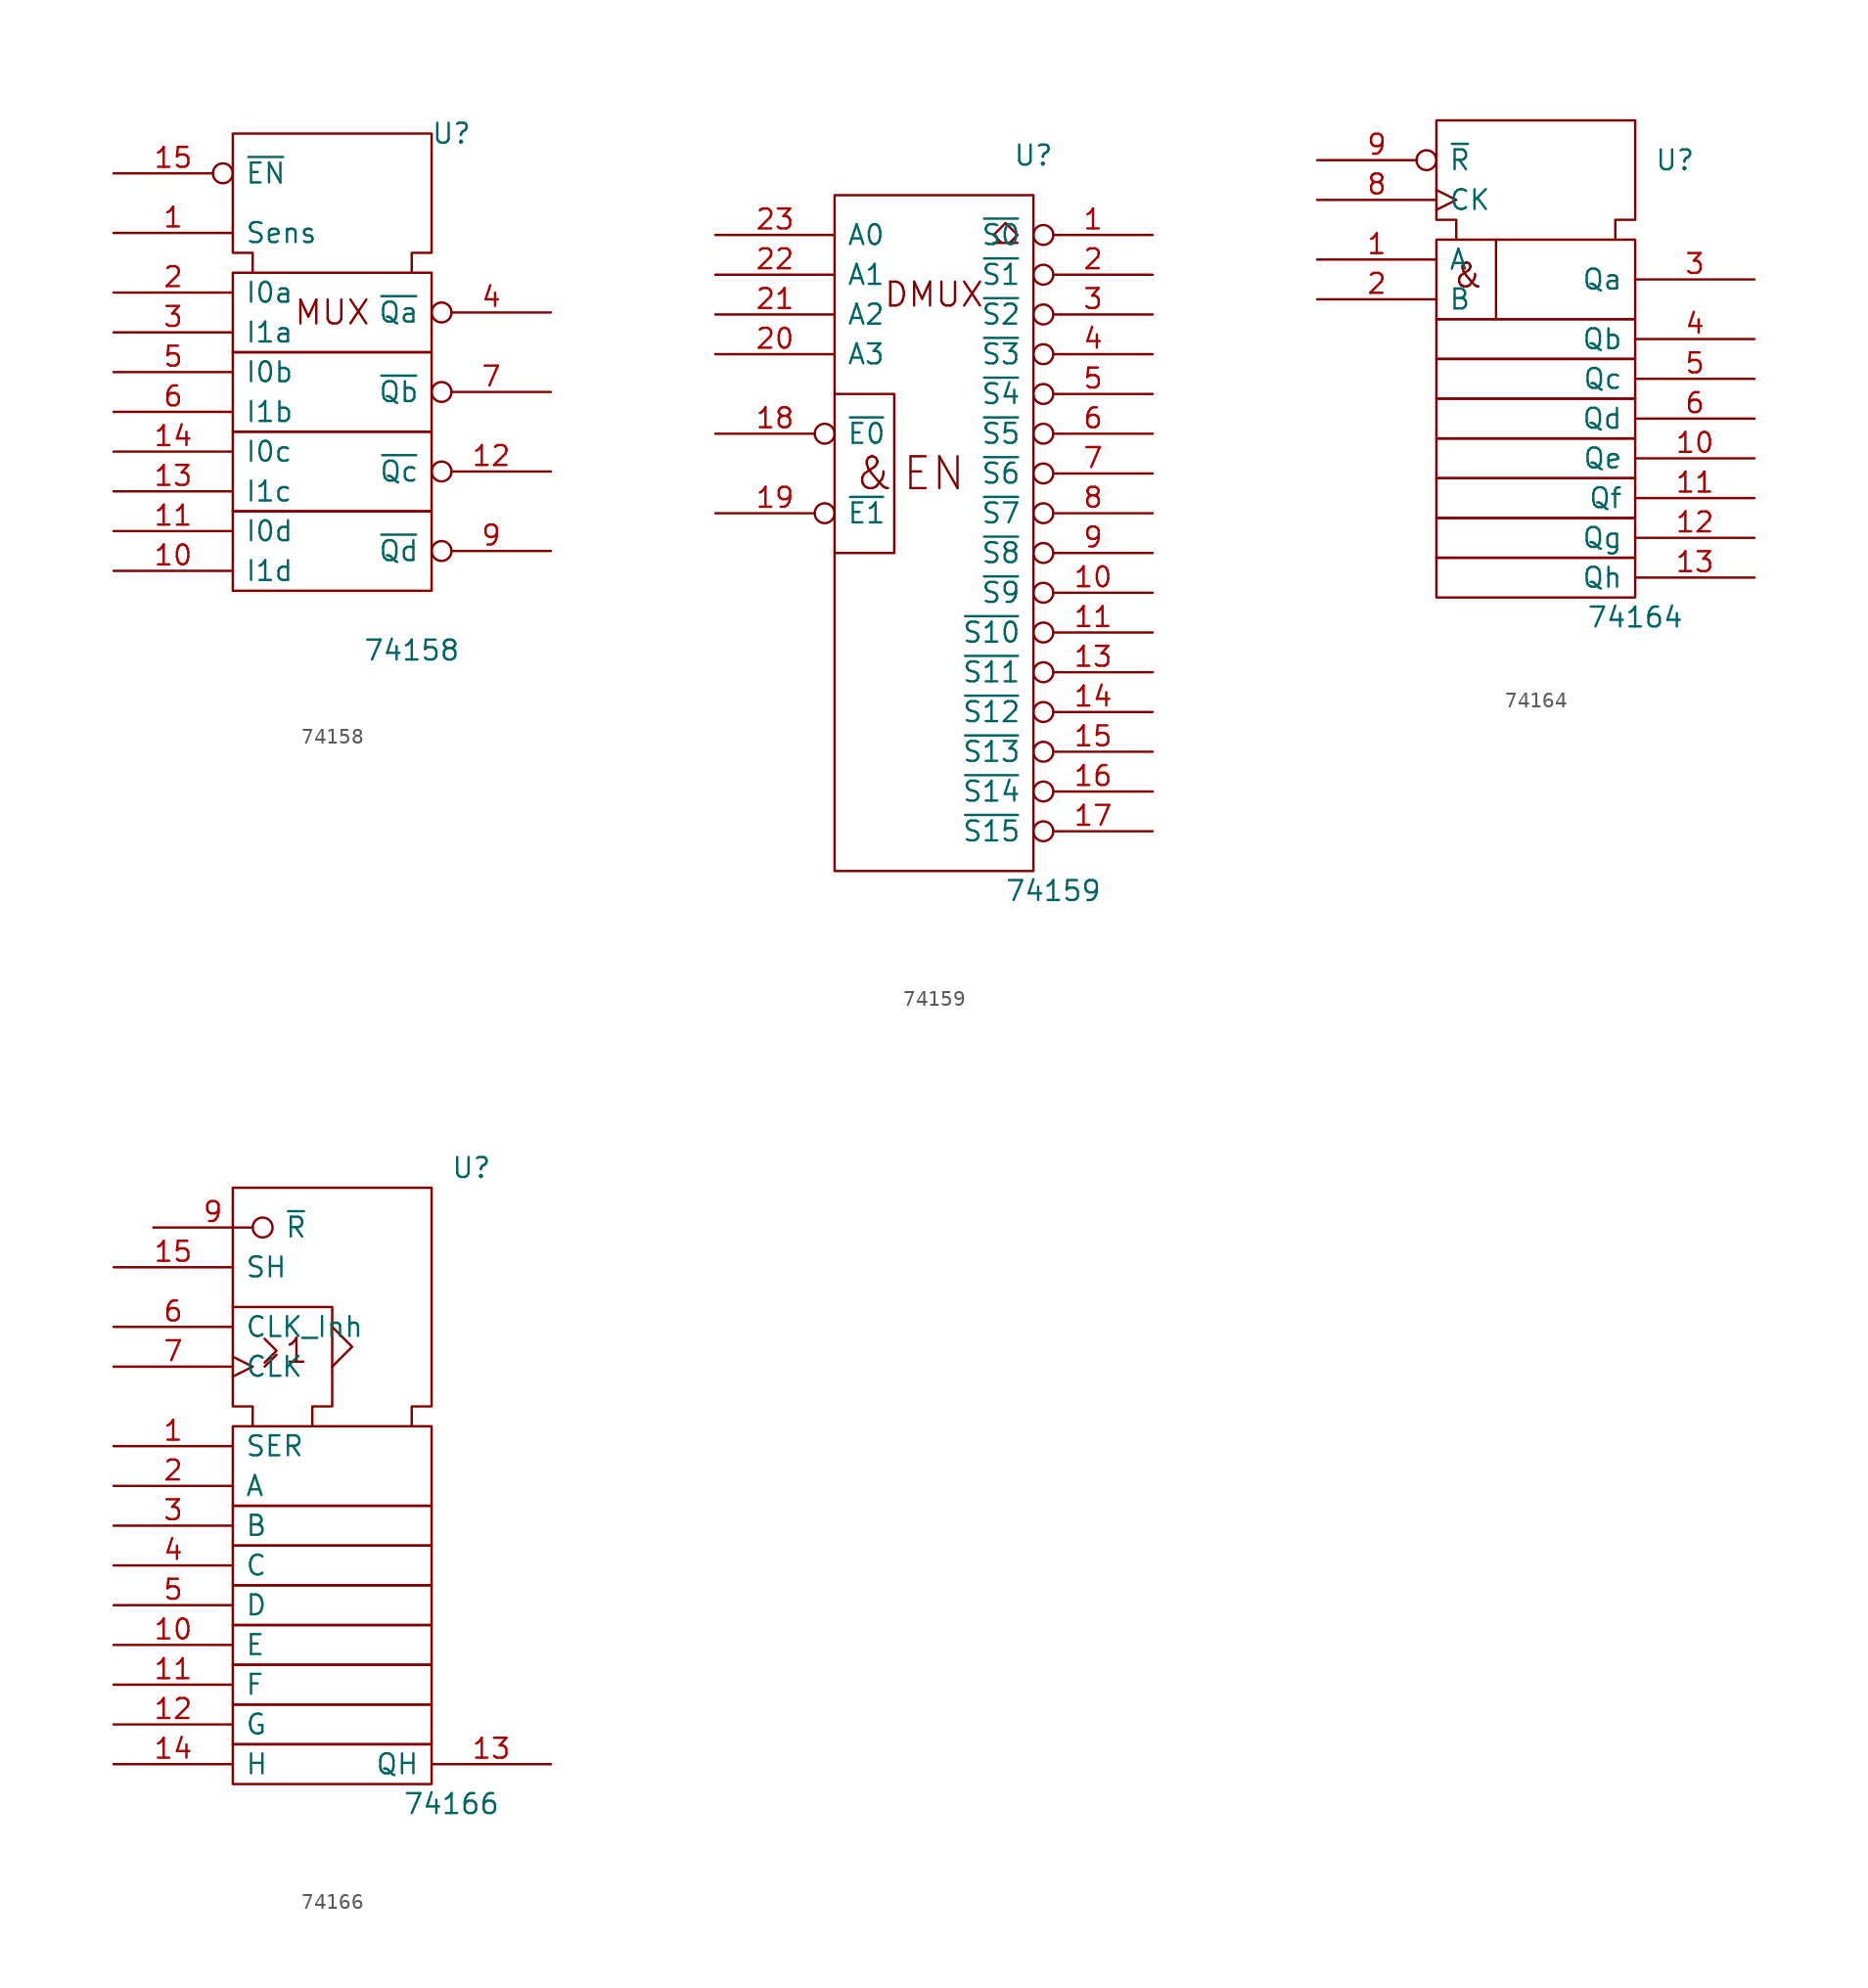
<source format=kicad_sym>
(kicad_symbol_lib
  (version 20211014)
  (generator kicad_symbol_editor)
  (symbol "74158"
    (pin_names
      (offset 0.762))
    (property "Reference" "U"
      (at 7.62 24.13 0)
      (effects (font (size 1.27 1.27))))
    (property "Value" "74158"
      (at 5.08 -8.89 0)
      (effects (font (size 1.27 1.27))))
    (symbol "74158_0_0"
      (rectangle (start -6.35 0) (end 6.35 -5.08) (stroke (width 0) (type default) (color 0 0 0 0)) (fill (type none)))
      (rectangle (start -6.35 5.08) (end 6.35 0) (stroke (width 0) (type default) (color 0 0 0 0)) (fill (type none)))
      (rectangle (start -6.35 10.16) (end 6.35 5.08) (stroke (width 0) (type default) (color 0 0 0 0)) (fill (type none)))
      (rectangle (start -6.35 15.24) (end 6.35 10.16) (stroke (width 0) (type default) (color 0 0 0 0)) (fill (type none)))
      (polyline (pts (xy -5.08 15.24) (xy -5.08 16.51) (xy -6.35 16.51) (xy -6.35 24.13) (xy 6.35 24.13) (xy 6.35 16.51) (xy 5.08 16.51) (xy 5.08 15.24) (xy 5.08 15.24)) (stroke (width 0) (type default) (color 0 0 0 0)) (fill (type none)))
      (text "MUX" (at 0 12.7 0) (effects (font (size 1.524 1.524))))
      (pin power_in line (at 3.81 24.13 270) (length 0) hide (name "VCC" (effects (font (size 1.27 1.27)))) (number "16" (effects (font (size 1.27 1.27)))))
      (pin power_in line (at 0 24.13 270) (length 0) hide (name "GND" (effects (font (size 1.27 1.27)))) (number "8" (effects (font (size 1.27 1.27))))))
    (symbol "74158_1_1"
      (pin input line (at -13.97 17.78 0) (length 7.62) (name "Sens" (effects (font (size 1.27 1.27)))) (number "1" (effects (font (size 1.27 1.27)))))
      (pin input line (at -13.97 -3.81 0) (length 7.62) (name "I1d" (effects (font (size 1.27 1.27)))) (number "10" (effects (font (size 1.27 1.27)))))
      (pin input line (at -13.97 -1.27 0) (length 7.62) (name "I0d" (effects (font (size 1.27 1.27)))) (number "11" (effects (font (size 1.27 1.27)))))
      (pin output inverted (at 13.97 2.54 180) (length 7.62) (name "~{Qc}" (effects (font (size 1.27 1.27)))) (number "12" (effects (font (size 1.27 1.27)))))
      (pin input line (at -13.97 1.27 0) (length 7.62) (name "I1c" (effects (font (size 1.27 1.27)))) (number "13" (effects (font (size 1.27 1.27)))))
      (pin input line (at -13.97 3.81 0) (length 7.62) (name "I0c" (effects (font (size 1.27 1.27)))) (number "14" (effects (font (size 1.27 1.27)))))
      (pin input inverted (at -13.97 21.59 0) (length 7.62) (name "~{EN}" (effects (font (size 1.27 1.27)))) (number "15" (effects (font (size 1.27 1.27)))))
      (pin input line (at -13.97 13.97 0) (length 7.62) (name "I0a" (effects (font (size 1.27 1.27)))) (number "2" (effects (font (size 1.27 1.27)))))
      (pin input line (at -13.97 11.43 0) (length 7.62) (name "I1a" (effects (font (size 1.27 1.27)))) (number "3" (effects (font (size 1.27 1.27)))))
      (pin output inverted (at 13.97 12.7 180) (length 7.62) (name "~{Qa}" (effects (font (size 1.27 1.27)))) (number "4" (effects (font (size 1.27 1.27)))))
      (pin input line (at -13.97 8.89 0) (length 7.62) (name "I0b" (effects (font (size 1.27 1.27)))) (number "5" (effects (font (size 1.27 1.27)))))
      (pin input line (at -13.97 6.35 0) (length 7.62) (name "I1b" (effects (font (size 1.27 1.27)))) (number "6" (effects (font (size 1.27 1.27)))))
      (pin output inverted (at 13.97 7.62 180) (length 7.62) (name "~{Qb}" (effects (font (size 1.27 1.27)))) (number "7" (effects (font (size 1.27 1.27)))))
      (pin output inverted (at 13.97 -2.54 180) (length 7.62) (name "~{Qd}" (effects (font (size 1.27 1.27)))) (number "9" (effects (font (size 1.27 1.27)))))))
  (symbol "74159"
    (pin_names
      (offset 0.762))
    (property "Reference" "U"
      (at 6.35 25.4 0)
      (effects (font (size 1.27 1.27))))
    (property "Value" "74159"
      (at 7.62 -21.59 0)
      (effects (font (size 1.27 1.27))))
    (symbol "74159_0_0"
      (rectangle (start -6.35 22.86) (end 6.35 -20.32) (stroke (width 0) (type default) (color 0 0 0 0)) (fill (type none)))
      (polyline (pts (xy -6.35 10.16) (xy -2.54 10.16) (xy -2.54 0) (xy -6.35 0) (xy -6.35 0)) (stroke (width 0) (type default) (color 0 0 0 0)) (fill (type none)))
      (polyline (pts (xy 4.572 21.082) (xy 3.81 20.32) (xy 4.318 19.812) (xy 3.81 19.812) (xy 5.334 19.812) (xy 4.826 19.812) (xy 5.334 20.32) (xy 4.572 21.082) (xy 4.572 21.082)) (stroke (width 0) (type default) (color 0 0 0 0)) (fill (type none)))
      (text "&" (at -3.81 5.08 0) (effects (font (size 2.032 2.032))))
      (text "DMUX" (at 0 16.51 0) (effects (font (size 1.524 1.524))))
      (text "EN" (at 0 5.08 0) (effects (font (size 2.032 2.032))))
      (pin power_in line (at 0 -20.32 90) (length 0) hide (name "GND" (effects (font (size 1.27 1.27)))) (number "12" (effects (font (size 1.27 1.27)))))
      (pin power_in line (at 0 22.86 270) (length 0) hide (name "VCC" (effects (font (size 1.27 1.27)))) (number "24" (effects (font (size 1.27 1.27))))))
    (symbol "74159_1_1"
      (pin open_collector inverted (at 13.97 20.32 180) (length 7.62) (name "~{S0}" (effects (font (size 1.27 1.27)))) (number "1" (effects (font (size 1.27 1.27)))))
      (pin open_collector inverted (at 13.97 -2.54 180) (length 7.62) (name "~{S9}" (effects (font (size 1.27 1.27)))) (number "10" (effects (font (size 1.27 1.27)))))
      (pin open_collector inverted (at 13.97 -5.08 180) (length 7.62) (name "~{S10}" (effects (font (size 1.27 1.27)))) (number "11" (effects (font (size 1.27 1.27)))))
      (pin open_collector inverted (at 13.97 -7.62 180) (length 7.62) (name "~{S11}" (effects (font (size 1.27 1.27)))) (number "13" (effects (font (size 1.27 1.27)))))
      (pin open_collector inverted (at 13.97 -10.16 180) (length 7.62) (name "~{S12}" (effects (font (size 1.27 1.27)))) (number "14" (effects (font (size 1.27 1.27)))))
      (pin open_collector inverted (at 13.97 -12.7 180) (length 7.62) (name "~{S13}" (effects (font (size 1.27 1.27)))) (number "15" (effects (font (size 1.27 1.27)))))
      (pin open_collector inverted (at 13.97 -15.24 180) (length 7.62) (name "~{S14}" (effects (font (size 1.27 1.27)))) (number "16" (effects (font (size 1.27 1.27)))))
      (pin open_collector inverted (at 13.97 -17.78 180) (length 7.62) (name "~{S15}" (effects (font (size 1.27 1.27)))) (number "17" (effects (font (size 1.27 1.27)))))
      (pin input inverted (at -13.97 7.62 0) (length 7.62) (name "~{E0}" (effects (font (size 1.27 1.27)))) (number "18" (effects (font (size 1.27 1.27)))))
      (pin input inverted (at -13.97 2.54 0) (length 7.62) (name "~{E1}" (effects (font (size 1.27 1.27)))) (number "19" (effects (font (size 1.27 1.27)))))
      (pin open_collector inverted (at 13.97 17.78 180) (length 7.62) (name "~{S1}" (effects (font (size 1.27 1.27)))) (number "2" (effects (font (size 1.27 1.27)))))
      (pin input line (at -13.97 12.7 0) (length 7.62) (name "A3" (effects (font (size 1.27 1.27)))) (number "20" (effects (font (size 1.27 1.27)))))
      (pin input line (at -13.97 15.24 0) (length 7.62) (name "A2" (effects (font (size 1.27 1.27)))) (number "21" (effects (font (size 1.27 1.27)))))
      (pin input line (at -13.97 17.78 0) (length 7.62) (name "A1" (effects (font (size 1.27 1.27)))) (number "22" (effects (font (size 1.27 1.27)))))
      (pin input line (at -13.97 20.32 0) (length 7.62) (name "A0" (effects (font (size 1.27 1.27)))) (number "23" (effects (font (size 1.27 1.27)))))
      (pin open_collector inverted (at 13.97 15.24 180) (length 7.62) (name "~{S2}" (effects (font (size 1.27 1.27)))) (number "3" (effects (font (size 1.27 1.27)))))
      (pin open_collector inverted (at 13.97 12.7 180) (length 7.62) (name "~{S3}" (effects (font (size 1.27 1.27)))) (number "4" (effects (font (size 1.27 1.27)))))
      (pin open_collector inverted (at 13.97 10.16 180) (length 7.62) (name "~{S4}" (effects (font (size 1.27 1.27)))) (number "5" (effects (font (size 1.27 1.27)))))
      (pin open_collector inverted (at 13.97 7.62 180) (length 7.62) (name "~{S5}" (effects (font (size 1.27 1.27)))) (number "6" (effects (font (size 1.27 1.27)))))
      (pin open_collector inverted (at 13.97 5.08 180) (length 7.62) (name "~{S6}" (effects (font (size 1.27 1.27)))) (number "7" (effects (font (size 1.27 1.27)))))
      (pin open_collector inverted (at 13.97 2.54 180) (length 7.62) (name "~{S7}" (effects (font (size 1.27 1.27)))) (number "8" (effects (font (size 1.27 1.27)))))
      (pin open_collector inverted (at 13.97 0 180) (length 7.62) (name "~{S8}" (effects (font (size 1.27 1.27)))) (number "9" (effects (font (size 1.27 1.27)))))))
  (symbol "74164"
    (pin_names
      (offset 0.762))
    (property "Reference" "U"
      (at 8.89 6.35 0)
      (effects (font (size 1.27 1.27))))
    (property "Value" "74164"
      (at 6.35 -22.86 0)
      (effects (font (size 1.27 1.27))))
    (symbol "74164_0_0"
      (text "&" (at -4.318 -1.016 0) (effects (font (size 1.524 1.524)))))
    (symbol "74164_0_1"
      (rectangle (start -6.35 -19.05) (end 6.35 -21.59) (stroke (width 0) (type default) (color 0 0 0 0)) (fill (type none)))
      (rectangle (start -6.35 -16.51) (end 6.35 -19.05) (stroke (width 0) (type default) (color 0 0 0 0)) (fill (type none)))
      (rectangle (start -6.35 -13.97) (end 6.35 -16.51) (stroke (width 0) (type default) (color 0 0 0 0)) (fill (type none)))
      (rectangle (start -6.35 -11.43) (end 6.35 -13.97) (stroke (width 0) (type default) (color 0 0 0 0)) (fill (type none)))
      (rectangle (start -6.35 -8.89) (end 6.35 -11.43) (stroke (width 0) (type default) (color 0 0 0 0)) (fill (type none)))
      (rectangle (start -6.35 -6.35) (end 6.35 -8.89) (stroke (width 0) (type default) (color 0 0 0 0)) (fill (type none)))
      (rectangle (start -6.35 -3.81) (end 6.35 -6.35) (stroke (width 0) (type default) (color 0 0 0 0)) (fill (type none)))
      (rectangle (start -6.35 1.27) (end 6.35 -3.81) (stroke (width 0) (type default) (color 0 0 0 0)) (fill (type none)))
      (polyline (pts (xy -2.54 1.27) (xy -2.54 -3.81) (xy -2.54 -3.81)) (stroke (width 0) (type default) (color 0 0 0 0)) (fill (type none)))
      (polyline (pts (xy -5.08 1.27) (xy -5.08 2.54) (xy -6.35 2.54) (xy -6.35 8.89) (xy 6.35 8.89) (xy 6.35 2.54) (xy 5.08 2.54) (xy 5.08 1.27) (xy 5.08 1.27)) (stroke (width 0) (type default) (color 0 0 0 0)) (fill (type none))))
    (symbol "74164_1_1"
      (pin input line (at -13.97 0 0) (length 7.62) (name "A" (effects (font (size 1.27 1.27)))) (number "1" (effects (font (size 1.27 1.27)))))
      (pin output line (at 13.97 -12.7 180) (length 7.62) (name "Qe" (effects (font (size 1.27 1.27)))) (number "10" (effects (font (size 1.27 1.27)))))
      (pin output line (at 13.97 -15.24 180) (length 7.62) (name "Qf" (effects (font (size 1.27 1.27)))) (number "11" (effects (font (size 1.27 1.27)))))
      (pin output line (at 13.97 -17.78 180) (length 7.62) (name "Qg" (effects (font (size 1.27 1.27)))) (number "12" (effects (font (size 1.27 1.27)))))
      (pin output line (at 13.97 -20.32 180) (length 7.62) (name "Qh" (effects (font (size 1.27 1.27)))) (number "13" (effects (font (size 1.27 1.27)))))
      (pin power_in line (at 5.08 8.89 270) (length 0) hide (name "Vdd" (effects (font (size 1.27 1.27)))) (number "14" (effects (font (size 1.27 1.27)))))
      (pin input line (at -13.97 -2.54 0) (length 7.62) (name "B" (effects (font (size 1.27 1.27)))) (number "2" (effects (font (size 1.27 1.27)))))
      (pin output line (at 13.97 -1.27 180) (length 7.62) (name "Qa" (effects (font (size 1.27 1.27)))) (number "3" (effects (font (size 1.27 1.27)))))
      (pin output line (at 13.97 -5.08 180) (length 7.62) (name "Qb" (effects (font (size 1.27 1.27)))) (number "4" (effects (font (size 1.27 1.27)))))
      (pin output line (at 13.97 -7.62 180) (length 7.62) (name "Qc" (effects (font (size 1.27 1.27)))) (number "5" (effects (font (size 1.27 1.27)))))
      (pin output line (at 13.97 -10.16 180) (length 7.62) (name "Qd" (effects (font (size 1.27 1.27)))) (number "6" (effects (font (size 1.27 1.27)))))
      (pin power_in line (at 0 8.89 270) (length 0) hide (name "Vss" (effects (font (size 1.27 1.27)))) (number "7" (effects (font (size 1.27 1.27)))))
      (pin input clock (at -13.97 3.81 0) (length 7.62) (name "CK" (effects (font (size 1.27 1.27)))) (number "8" (effects (font (size 1.27 1.27)))))
      (pin input inverted (at -13.97 6.35 0) (length 7.62) (name "~{R}" (effects (font (size 1.27 1.27)))) (number "9" (effects (font (size 1.27 1.27)))))))
  (symbol "74166"
    (pin_names
      (offset 0.762))
    (property "Reference" "U"
      (at 8.89 17.78 0)
      (effects (font (size 1.27 1.27))))
    (property "Value" "74166"
      (at 7.62 -22.86 0)
      (effects (font (size 1.27 1.27))))
    (symbol "74166_0_0"
      (rectangle (start -6.35 -19.05) (end -6.35 -19.05) (stroke (width 0) (type default) (color 0 0 0 0)) (fill (type none)))
      (rectangle (start -6.35 -19.05) (end 6.35 -21.59) (stroke (width 0) (type default) (color 0 0 0 0)) (fill (type none)))
      (rectangle (start -6.35 -16.51) (end 6.35 -19.05) (stroke (width 0) (type default) (color 0 0 0 0)) (fill (type none)))
      (rectangle (start -6.35 -13.97) (end 6.35 -16.51) (stroke (width 0) (type default) (color 0 0 0 0)) (fill (type none)))
      (rectangle (start -6.35 -11.43) (end 6.35 -13.97) (stroke (width 0) (type default) (color 0 0 0 0)) (fill (type none)))
      (rectangle (start -6.35 -8.89) (end 6.35 -11.43) (stroke (width 0) (type default) (color 0 0 0 0)) (fill (type none)))
      (rectangle (start -6.35 -6.35) (end 6.35 -8.89) (stroke (width 0) (type default) (color 0 0 0 0)) (fill (type none)))
      (rectangle (start -6.35 -3.81) (end 6.35 -6.35) (stroke (width 0) (type default) (color 0 0 0 0)) (fill (type none)))
      (rectangle (start -6.35 1.27) (end 6.35 -3.81) (stroke (width 0) (type default) (color 0 0 0 0)) (fill (type none)))
      (polyline (pts (xy -4.318 5.08) (xy -3.556 5.842) (xy -3.556 5.842)) (stroke (width 0) (type default) (color 0 0 0 0)) (fill (type none)))
      (polyline (pts (xy -4.318 6.858) (xy -3.556 6.096) (xy -4.318 5.334) (xy -4.318 5.334)) (stroke (width 0) (type default) (color 0 0 0 0)) (fill (type none)))
      (polyline (pts (xy 0 7.62) (xy 1.27 6.35) (xy 0 5.08) (xy 0 5.08)) (stroke (width 0) (type default) (color 0 0 0 0)) (fill (type none)))
      (polyline (pts (xy -6.35 8.89) (xy 0 8.89) (xy 0 2.54) (xy -1.27 2.54) (xy -1.27 1.27) (xy -1.27 1.27)) (stroke (width 0) (type default) (color 0 0 0 0)) (fill (type none)))
      (polyline (pts (xy -5.08 1.27) (xy -5.08 2.54) (xy -6.35 2.54) (xy -6.35 16.51) (xy 6.35 16.51) (xy 6.35 2.54) (xy 5.08 2.54) (xy 5.08 1.27) (xy 5.08 1.27)) (stroke (width 0) (type default) (color 0 0 0 0)) (fill (type none)))
      (text "1" (at -2.286 6.096 0) (effects (font (size 1.524 1.524)))))
    (symbol "74166_0_1"
      (pin power_in line (at 1.27 16.51 270) (length 0) hide (name "GND" (effects (font (size 1.27 1.27)))) (number "8" (effects (font (size 1.27 1.27))))))
    (symbol "74166_1_1"
      (pin input line (at -13.97 0 0) (length 7.62) (name "SER" (effects (font (size 1.27 1.27)))) (number "1" (effects (font (size 1.27 1.27)))))
      (pin input line (at -13.97 -12.7 0) (length 7.62) (name "E" (effects (font (size 1.27 1.27)))) (number "10" (effects (font (size 1.27 1.27)))))
      (pin input line (at -13.97 -15.24 0) (length 7.62) (name "F" (effects (font (size 1.27 1.27)))) (number "11" (effects (font (size 1.27 1.27)))))
      (pin input line (at -13.97 -17.78 0) (length 7.62) (name "G" (effects (font (size 1.27 1.27)))) (number "12" (effects (font (size 1.27 1.27)))))
      (pin tri_state line (at 13.97 -20.32 180) (length 7.62) (name "QH" (effects (font (size 1.27 1.27)))) (number "13" (effects (font (size 1.27 1.27)))))
      (pin input line (at -13.97 -20.32 0) (length 7.62) (name "H" (effects (font (size 1.27 1.27)))) (number "14" (effects (font (size 1.27 1.27)))))
      (pin input line (at -13.97 11.43 0) (length 7.62) (name "SH" (effects (font (size 1.27 1.27)))) (number "15" (effects (font (size 1.27 1.27)))))
      (pin power_in line (at 5.08 16.51 270) (length 0) hide (name "VCC" (effects (font (size 1.27 1.27)))) (number "16" (effects (font (size 1.27 1.27)))))
      (pin input line (at -13.97 -2.54 0) (length 7.62) (name "A" (effects (font (size 1.27 1.27)))) (number "2" (effects (font (size 1.27 1.27)))))
      (pin input line (at -13.97 -5.08 0) (length 7.62) (name "B" (effects (font (size 1.27 1.27)))) (number "3" (effects (font (size 1.27 1.27)))))
      (pin input line (at -13.97 -7.62 0) (length 7.62) (name "C" (effects (font (size 1.27 1.27)))) (number "4" (effects (font (size 1.27 1.27)))))
      (pin input line (at -13.97 -10.16 0) (length 7.62) (name "D" (effects (font (size 1.27 1.27)))) (number "5" (effects (font (size 1.27 1.27)))))
      (pin input line (at -13.97 7.62 0) (length 7.62) (name "CLK_Inh" (effects (font (size 1.27 1.27)))) (number "6" (effects (font (size 1.27 1.27)))))
      (pin input clock (at -13.97 5.08 0) (length 7.62) (name "CLK" (effects (font (size 1.27 1.27)))) (number "7" (effects (font (size 1.27 1.27)))))
      (pin input inverted (at -11.43 13.97 0) (length 7.62) (name "~{R}" (effects (font (size 1.27 1.27)))) (number "9" (effects (font (size 1.27 1.27))))))))
</source>
